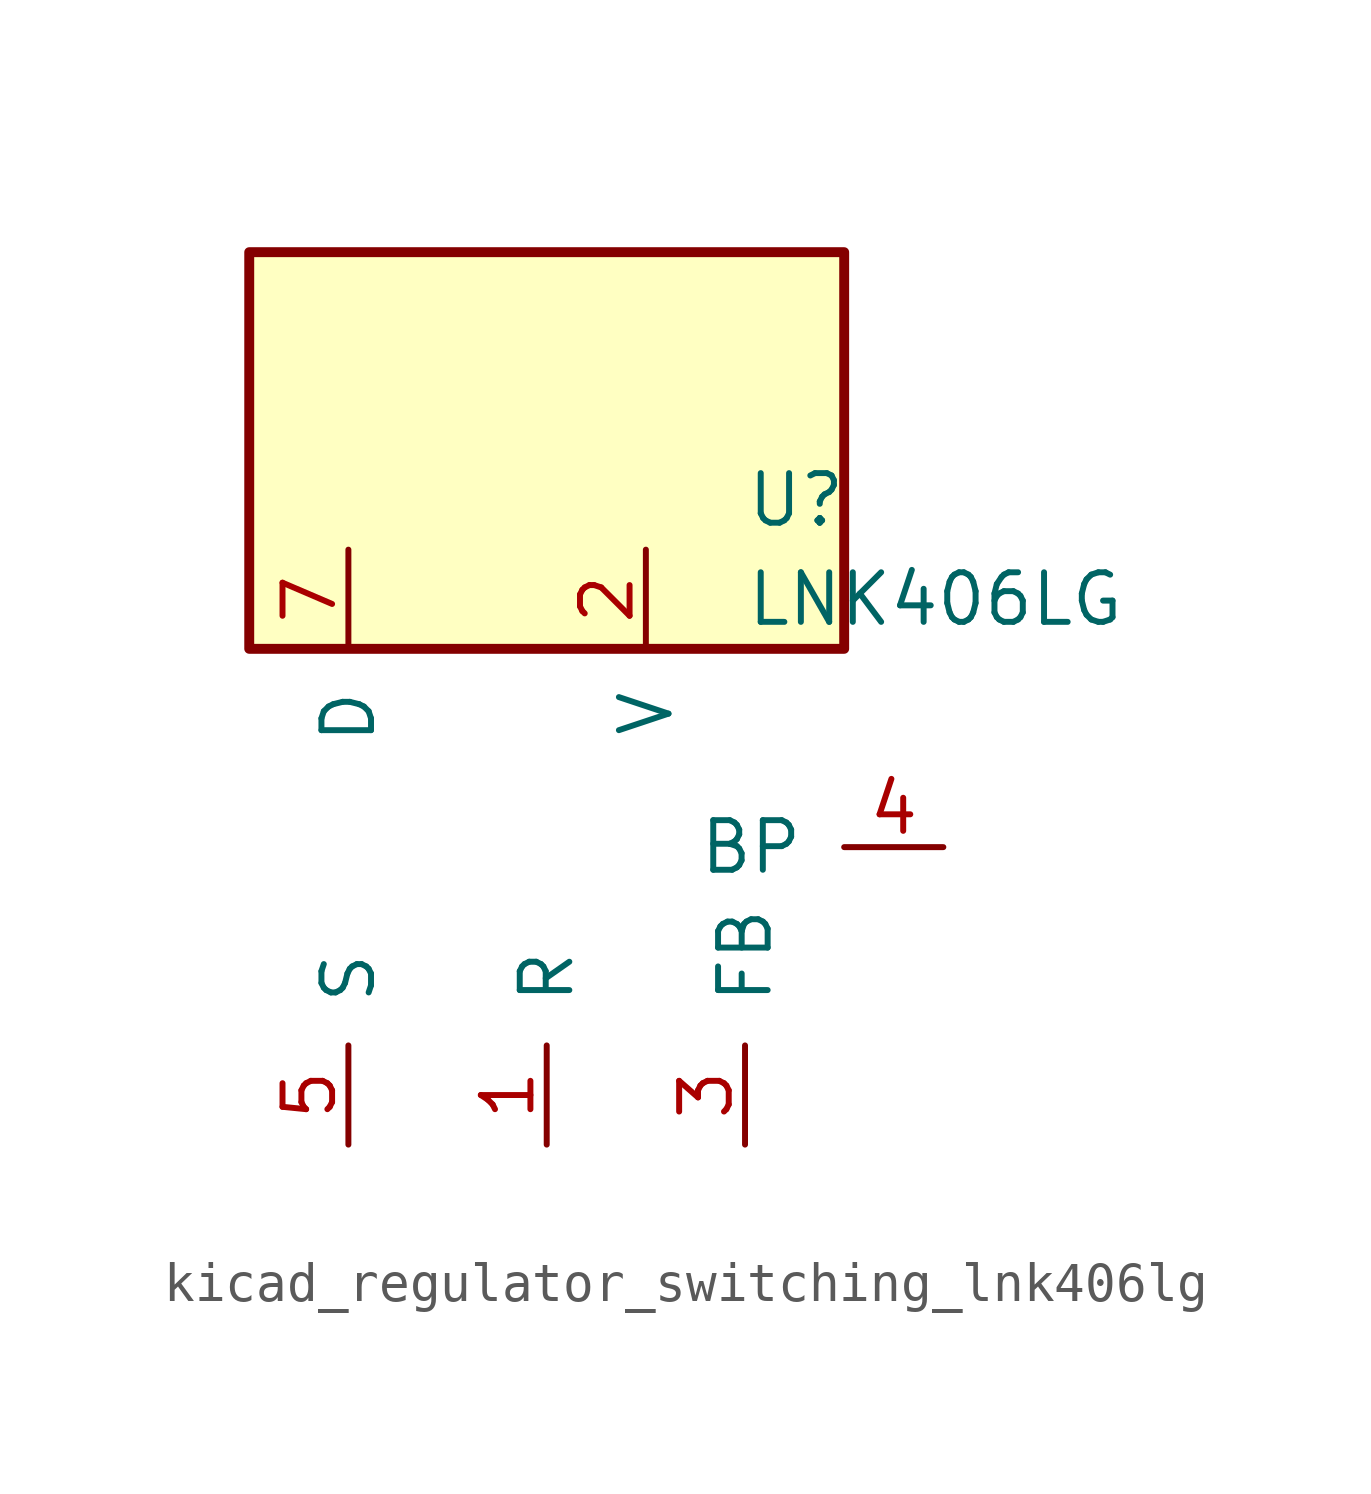
<source format=kicad_sym>
(kicad_symbol_lib
  (version 20220914)
  (generator kicad_symbol_editor)
  (symbol "kicad_regulator_switching_lnk406lg"
    (pin_names
      (offset 1.016))
    (property "Reference" "U"
      (at 5.08 8.89 0)
      (effects (font (size 1.27 1.27)) (justify left)))
    (property "Value" "LNK406LG"
      (at 5.08 6.35 0)
      (effects (font (size 1.27 1.27)) (justify left)))
    (symbol "kicad_regulator_switching_lnk406lg_0_1"
      (rectangle (start 7.62 15.24) (end -7.62 5.08) (stroke (width 0.254) (type default)) (fill (type background))))
    (symbol "kicad_regulator_switching_lnk406lg_1_1"
      (pin input line (at 0 -7.62 90) (length 2.54) (name "R" (effects (font (size 1.27 1.27)))) (number "1" (effects (font (size 1.27 1.27)))))
      (pin input line (at 2.54 7.62 270) (length 2.54) (name "V" (effects (font (size 1.27 1.27)))) (number "2" (effects (font (size 1.27 1.27)))))
      (pin input line (at 5.08 -7.62 90) (length 2.54) (name "FB" (effects (font (size 1.27 1.27)))) (number "3" (effects (font (size 1.27 1.27)))))
      (pin input line (at 10.16 0 180) (length 2.54) (name "BP" (effects (font (size 1.27 1.27)))) (number "4" (effects (font (size 1.27 1.27)))))
      (pin power_in line (at -5.08 -7.62 90) (length 2.54) (name "S" (effects (font (size 1.27 1.27)))) (number "5" (effects (font (size 1.27 1.27)))))
      (pin open_collector line (at -5.08 7.62 270) (length 2.54) (name "D" (effects (font (size 1.27 1.27)))) (number "7" (effects (font (size 1.27 1.27))))))))
</source>
